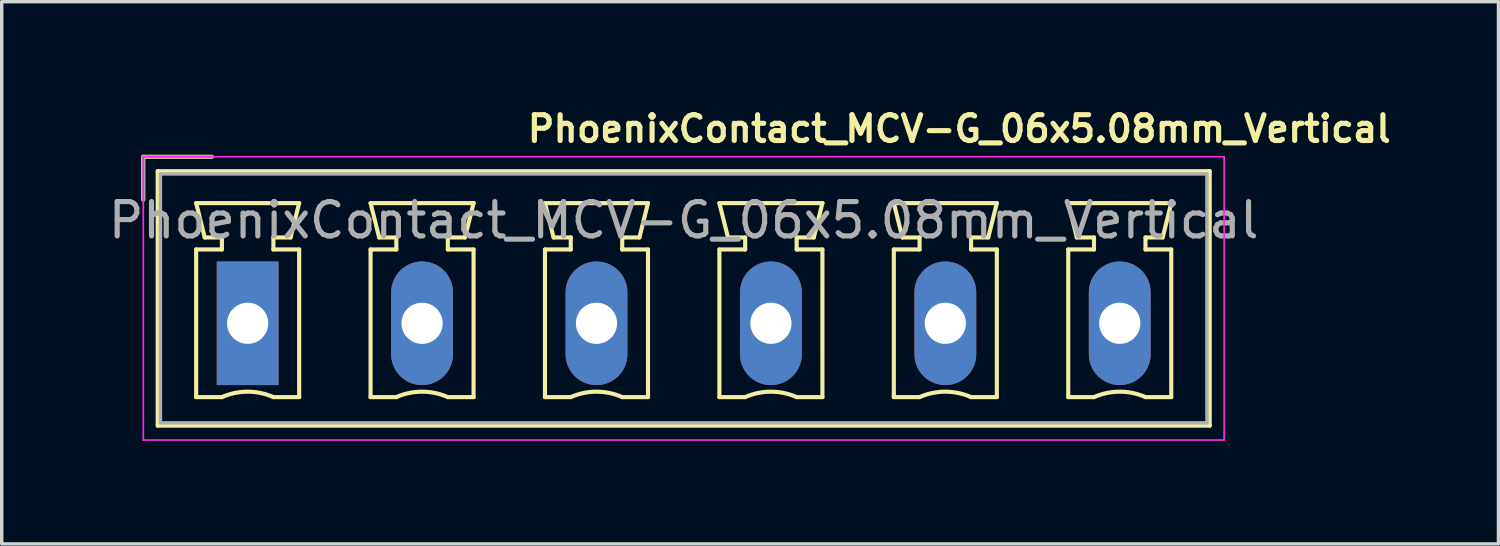
<source format=kicad_pcb>
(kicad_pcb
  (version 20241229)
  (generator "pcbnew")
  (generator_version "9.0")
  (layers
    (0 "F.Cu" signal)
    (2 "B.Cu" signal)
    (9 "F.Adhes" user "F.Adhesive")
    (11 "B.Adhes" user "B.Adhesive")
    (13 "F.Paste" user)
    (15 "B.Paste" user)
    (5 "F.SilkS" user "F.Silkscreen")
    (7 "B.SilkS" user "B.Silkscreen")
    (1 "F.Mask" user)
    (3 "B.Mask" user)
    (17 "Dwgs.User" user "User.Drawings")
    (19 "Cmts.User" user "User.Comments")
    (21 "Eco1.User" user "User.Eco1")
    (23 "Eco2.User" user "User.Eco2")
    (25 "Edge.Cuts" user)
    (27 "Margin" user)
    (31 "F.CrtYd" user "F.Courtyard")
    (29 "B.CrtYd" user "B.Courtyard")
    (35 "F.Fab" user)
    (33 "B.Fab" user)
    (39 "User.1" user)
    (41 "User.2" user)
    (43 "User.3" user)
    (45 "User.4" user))
  (footprint "PhoenixContact_MCV-G_06x5.08mm_Vertical"
    (layer "F.Cu")
    (at 4.163 6.366)
    (property "Reference" "PhoenixContact_MCV-G_06x5.08mm_Vertical" (at 20.726 -5.664 0) (layer "F.SilkS") (effects (font (size 0.75 0.75) (thickness 0.15))))
    (attr through_hole)
    (fp_line (start -3.04 -4.85) (end -1.04 -4.85) (stroke (width 0.12) (type solid)) (layer "F.SilkS"))
    (fp_line (start -3.04 -3.6) (end -3.04 -4.85) (stroke (width 0.12) (type solid)) (layer "F.SilkS"))
    (fp_line (start -2.62 -4.43) (end -2.62 2.98) (stroke (width 0.12) (type solid)) (layer "F.SilkS"))
    (fp_line (start -2.62 2.98) (end 28.02 2.98) (stroke (width 0.12) (type solid)) (layer "F.SilkS"))
    (fp_line (start -1.5 -3.5) (end 1.5 -3.5) (stroke (width 0.12) (type solid)) (layer "F.SilkS"))
    (fp_line (start -1.5 -2.15) (end -0.75 -2.15) (stroke (width 0.12) (type solid)) (layer "F.SilkS"))
    (fp_line (start -1.5 2.15) (end -1.5 -2.15) (stroke (width 0.12) (type solid)) (layer "F.SilkS"))
    (fp_line (start -1.25 -2.5) (end -1.5 -3.5) (stroke (width 0.12) (type solid)) (layer "F.SilkS"))
    (fp_line (start -0.75 -2.5) (end -1.25 -2.5) (stroke (width 0.12) (type solid)) (layer "F.SilkS"))
    (fp_line (start -0.75 -2.15) (end -0.75 -2.5) (stroke (width 0.12) (type solid)) (layer "F.SilkS"))
    (fp_line (start -0.75 2.15) (end -1.5 2.15) (stroke (width 0.12) (type solid)) (layer "F.SilkS"))
    (fp_line (start 0.75 -2.5) (end 0.75 -2.15) (stroke (width 0.12) (type solid)) (layer "F.SilkS"))
    (fp_line (start 0.75 -2.15) (end 1.5 -2.15) (stroke (width 0.12) (type solid)) (layer "F.SilkS"))
    (fp_line (start 1.25 -2.5) (end 0.75 -2.5) (stroke (width 0.12) (type solid)) (layer "F.SilkS"))
    (fp_line (start 1.5 -3.5) (end 1.25 -2.5) (stroke (width 0.12) (type solid)) (layer "F.SilkS"))
    (fp_line (start 1.5 -2.15) (end 1.5 2.15) (stroke (width 0.12) (type solid)) (layer "F.SilkS"))
    (fp_line (start 1.5 2.15) (end 0.75 2.15) (stroke (width 0.12) (type solid)) (layer "F.SilkS"))
    (fp_line (start 3.58 -3.5) (end 6.58 -3.5) (stroke (width 0.12) (type solid)) (layer "F.SilkS"))
    (fp_line (start 3.58 -2.15) (end 4.33 -2.15) (stroke (width 0.12) (type solid)) (layer "F.SilkS"))
    (fp_line (start 3.58 2.15) (end 3.58 -2.15) (stroke (width 0.12) (type solid)) (layer "F.SilkS"))
    (fp_line (start 3.83 -2.5) (end 3.58 -3.5) (stroke (width 0.12) (type solid)) (layer "F.SilkS"))
    (fp_line (start 4.33 -2.5) (end 3.83 -2.5) (stroke (width 0.12) (type solid)) (layer "F.SilkS"))
    (fp_line (start 4.33 -2.15) (end 4.33 -2.5) (stroke (width 0.12) (type solid)) (layer "F.SilkS"))
    (fp_line (start 4.33 2.15) (end 3.58 2.15) (stroke (width 0.12) (type solid)) (layer "F.SilkS"))
    (fp_line (start 5.83 -2.5) (end 5.83 -2.15) (stroke (width 0.12) (type solid)) (layer "F.SilkS"))
    (fp_line (start 5.83 -2.15) (end 6.58 -2.15) (stroke (width 0.12) (type solid)) (layer "F.SilkS"))
    (fp_line (start 6.33 -2.5) (end 5.83 -2.5) (stroke (width 0.12) (type solid)) (layer "F.SilkS"))
    (fp_line (start 6.58 -3.5) (end 6.33 -2.5) (stroke (width 0.12) (type solid)) (layer "F.SilkS"))
    (fp_line (start 6.58 -2.15) (end 6.58 2.15) (stroke (width 0.12) (type solid)) (layer "F.SilkS"))
    (fp_line (start 6.58 2.15) (end 5.83 2.15) (stroke (width 0.12) (type solid)) (layer "F.SilkS"))
    (fp_line (start 8.66 -3.5) (end 11.66 -3.5) (stroke (width 0.12) (type solid)) (layer "F.SilkS"))
    (fp_line (start 8.66 -2.15) (end 9.41 -2.15) (stroke (width 0.12) (type solid)) (layer "F.SilkS"))
    (fp_line (start 8.66 2.15) (end 8.66 -2.15) (stroke (width 0.12) (type solid)) (layer "F.SilkS"))
    (fp_line (start 8.91 -2.5) (end 8.66 -3.5) (stroke (width 0.12) (type solid)) (layer "F.SilkS"))
    (fp_line (start 9.41 -2.5) (end 8.91 -2.5) (stroke (width 0.12) (type solid)) (layer "F.SilkS"))
    (fp_line (start 9.41 -2.15) (end 9.41 -2.5) (stroke (width 0.12) (type solid)) (layer "F.SilkS"))
    (fp_line (start 9.41 2.15) (end 8.66 2.15) (stroke (width 0.12) (type solid)) (layer "F.SilkS"))
    (fp_line (start 10.91 -2.5) (end 10.91 -2.15) (stroke (width 0.12) (type solid)) (layer "F.SilkS"))
    (fp_line (start 10.91 -2.15) (end 11.66 -2.15) (stroke (width 0.12) (type solid)) (layer "F.SilkS"))
    (fp_line (start 11.41 -2.5) (end 10.91 -2.5) (stroke (width 0.12) (type solid)) (layer "F.SilkS"))
    (fp_line (start 11.66 -3.5) (end 11.41 -2.5) (stroke (width 0.12) (type solid)) (layer "F.SilkS"))
    (fp_line (start 11.66 -2.15) (end 11.66 2.15) (stroke (width 0.12) (type solid)) (layer "F.SilkS"))
    (fp_line (start 11.66 2.15) (end 10.91 2.15) (stroke (width 0.12) (type solid)) (layer "F.SilkS"))
    (fp_line (start 13.74 -3.5) (end 16.74 -3.5) (stroke (width 0.12) (type solid)) (layer "F.SilkS"))
    (fp_line (start 13.74 -2.15) (end 14.49 -2.15) (stroke (width 0.12) (type solid)) (layer "F.SilkS"))
    (fp_line (start 13.74 2.15) (end 13.74 -2.15) (stroke (width 0.12) (type solid)) (layer "F.SilkS"))
    (fp_line (start 13.99 -2.5) (end 13.74 -3.5) (stroke (width 0.12) (type solid)) (layer "F.SilkS"))
    (fp_line (start 14.49 -2.5) (end 13.99 -2.5) (stroke (width 0.12) (type solid)) (layer "F.SilkS"))
    (fp_line (start 14.49 -2.15) (end 14.49 -2.5) (stroke (width 0.12) (type solid)) (layer "F.SilkS"))
    (fp_line (start 14.49 2.15) (end 13.74 2.15) (stroke (width 0.12) (type solid)) (layer "F.SilkS"))
    (fp_line (start 15.99 -2.5) (end 15.99 -2.15) (stroke (width 0.12) (type solid)) (layer "F.SilkS"))
    (fp_line (start 15.99 -2.15) (end 16.74 -2.15) (stroke (width 0.12) (type solid)) (layer "F.SilkS"))
    (fp_line (start 16.49 -2.5) (end 15.99 -2.5) (stroke (width 0.12) (type solid)) (layer "F.SilkS"))
    (fp_line (start 16.74 -3.5) (end 16.49 -2.5) (stroke (width 0.12) (type solid)) (layer "F.SilkS"))
    (fp_line (start 16.74 -2.15) (end 16.74 2.15) (stroke (width 0.12) (type solid)) (layer "F.SilkS"))
    (fp_line (start 16.74 2.15) (end 15.99 2.15) (stroke (width 0.12) (type solid)) (layer "F.SilkS"))
    (fp_line (start 18.82 -3.5) (end 21.82 -3.5) (stroke (width 0.12) (type solid)) (layer "F.SilkS"))
    (fp_line (start 18.82 -2.15) (end 19.57 -2.15) (stroke (width 0.12) (type solid)) (layer "F.SilkS"))
    (fp_line (start 18.82 2.15) (end 18.82 -2.15) (stroke (width 0.12) (type solid)) (layer "F.SilkS"))
    (fp_line (start 19.07 -2.5) (end 18.82 -3.5) (stroke (width 0.12) (type solid)) (layer "F.SilkS"))
    (fp_line (start 19.57 -2.5) (end 19.07 -2.5) (stroke (width 0.12) (type solid)) (layer "F.SilkS"))
    (fp_line (start 19.57 -2.15) (end 19.57 -2.5) (stroke (width 0.12) (type solid)) (layer "F.SilkS"))
    (fp_line (start 19.57 2.15) (end 18.82 2.15) (stroke (width 0.12) (type solid)) (layer "F.SilkS"))
    (fp_line (start 21.07 -2.5) (end 21.07 -2.15) (stroke (width 0.12) (type solid)) (layer "F.SilkS"))
    (fp_line (start 21.07 -2.15) (end 21.82 -2.15) (stroke (width 0.12) (type solid)) (layer "F.SilkS"))
    (fp_line (start 21.57 -2.5) (end 21.07 -2.5) (stroke (width 0.12) (type solid)) (layer "F.SilkS"))
    (fp_line (start 21.82 -3.5) (end 21.57 -2.5) (stroke (width 0.12) (type solid)) (layer "F.SilkS"))
    (fp_line (start 21.82 -2.15) (end 21.82 2.15) (stroke (width 0.12) (type solid)) (layer "F.SilkS"))
    (fp_line (start 21.82 2.15) (end 21.07 2.15) (stroke (width 0.12) (type solid)) (layer "F.SilkS"))
    (fp_line (start 23.9 -3.5) (end 26.9 -3.5) (stroke (width 0.12) (type solid)) (layer "F.SilkS"))
    (fp_line (start 23.9 -2.15) (end 24.65 -2.15) (stroke (width 0.12) (type solid)) (layer "F.SilkS"))
    (fp_line (start 23.9 2.15) (end 23.9 -2.15) (stroke (width 0.12) (type solid)) (layer "F.SilkS"))
    (fp_line (start 24.15 -2.5) (end 23.9 -3.5) (stroke (width 0.12) (type solid)) (layer "F.SilkS"))
    (fp_line (start 24.65 -2.5) (end 24.15 -2.5) (stroke (width 0.12) (type solid)) (layer "F.SilkS"))
    (fp_line (start 24.65 -2.15) (end 24.65 -2.5) (stroke (width 0.12) (type solid)) (layer "F.SilkS"))
    (fp_line (start 24.65 2.15) (end 23.9 2.15) (stroke (width 0.12) (type solid)) (layer "F.SilkS"))
    (fp_line (start 26.15 -2.5) (end 26.15 -2.15) (stroke (width 0.12) (type solid)) (layer "F.SilkS"))
    (fp_line (start 26.15 -2.15) (end 26.9 -2.15) (stroke (width 0.12) (type solid)) (layer "F.SilkS"))
    (fp_line (start 26.65 -2.5) (end 26.15 -2.5) (stroke (width 0.12) (type solid)) (layer "F.SilkS"))
    (fp_line (start 26.9 -3.5) (end 26.65 -2.5) (stroke (width 0.12) (type solid)) (layer "F.SilkS"))
    (fp_line (start 26.9 -2.15) (end 26.9 2.15) (stroke (width 0.12) (type solid)) (layer "F.SilkS"))
    (fp_line (start 26.9 2.15) (end 26.15 2.15) (stroke (width 0.12) (type solid)) (layer "F.SilkS"))
    (fp_line (start 28.02 -4.43) (end -2.62 -4.43) (stroke (width 0.12) (type solid)) (layer "F.SilkS"))
    (fp_line (start 28.02 2.98) (end 28.02 -4.43) (stroke (width 0.12) (type solid)) (layer "F.SilkS"))
    (fp_arc (start -0.75 2.15) (mid -0.000193 1.99191) (end 0.749647 2.149844) (stroke (width 0.12) (type solid)) (layer "F.SilkS"))
    (fp_arc (start 4.33 2.15) (mid 5.079807 1.99191) (end 5.829647 2.149844) (stroke (width 0.12) (type solid)) (layer "F.SilkS"))
    (fp_arc (start 9.41 2.15) (mid 10.159807 1.99191) (end 10.909647 2.149844) (stroke (width 0.12) (type solid)) (layer "F.SilkS"))
    (fp_arc (start 14.49 2.15) (mid 15.239807 1.99191) (end 15.989647 2.149844) (stroke (width 0.12) (type solid)) (layer "F.SilkS"))
    (fp_arc (start 19.57 2.15) (mid 20.319807 1.99191) (end 21.069647 2.149844) (stroke (width 0.12) (type solid)) (layer "F.SilkS"))
    (fp_arc (start 24.65 2.15) (mid 25.399807 1.99191) (end 26.149647 2.149844) (stroke (width 0.12) (type solid)) (layer "F.SilkS"))
    (fp_line (start -3.04 -4.85) (end -3.04 3.4) (stroke (width 0.05) (type solid)) (layer "F.CrtYd"))
    (fp_line (start -3.04 3.4) (end 28.44 3.4) (stroke (width 0.05) (type solid)) (layer "F.CrtYd"))
    (fp_line (start 28.44 -4.85) (end -3.04 -4.85) (stroke (width 0.05) (type solid)) (layer "F.CrtYd"))
    (fp_line (start 28.44 3.4) (end 28.44 -4.85) (stroke (width 0.05) (type solid)) (layer "F.CrtYd"))
    (fp_line (start -3.04 -4.85) (end -1.04 -4.85) (stroke (width 0.1) (type solid)) (layer "F.Fab"))
    (fp_line (start -3.04 -3.6) (end -3.04 -4.85) (stroke (width 0.1) (type solid)) (layer "F.Fab"))
    (fp_line (start -2.54 -4.35) (end -2.54 2.9) (stroke (width 0.1) (type solid)) (layer "F.Fab"))
    (fp_line (start -2.54 2.9) (end 27.94 2.9) (stroke (width 0.1) (type solid)) (layer "F.Fab"))
    (fp_line (start 27.94 -4.35) (end -2.54 -4.35) (stroke (width 0.1) (type solid)) (layer "F.Fab"))
    (fp_line (start 27.94 2.9) (end 27.94 -4.35) (stroke (width 0.1) (type solid)) (layer "F.Fab"))
    (fp_text user "${REFERENCE}" (at 12.7 -3 0) (layer "F.Fab") (effects (font (size 1 1) (thickness 0.15))))
    (pad "1" thru_hole rect (at 0 0) (size 1.8 3.6) (drill 1.2) (layers "*.Cu" "*.Mask"))
    (pad "2" thru_hole oval (at 5.08 0) (size 1.8 3.6) (drill 1.2) (layers "*.Cu" "*.Mask"))
    (pad "3" thru_hole oval (at 10.16 0) (size 1.8 3.6) (drill 1.2) (layers "*.Cu" "*.Mask"))
    (pad "4" thru_hole oval (at 15.24 0) (size 1.8 3.6) (drill 1.2) (layers "*.Cu" "*.Mask"))
    (pad "5" thru_hole oval (at 20.32 0) (size 1.8 3.6) (drill 1.2) (layers "*.Cu" "*.Mask"))
    (pad "6" thru_hole oval (at 25.4 0) (size 1.8 3.6) (drill 1.2) (layers "*.Cu" "*.Mask")))
  (gr_rect
    (start -3 -3)
    (end 40.593 12.791)
    (stroke (width 0.1) (type default))
    (fill no)
    (layer "Edge.Cuts")))
</source>
